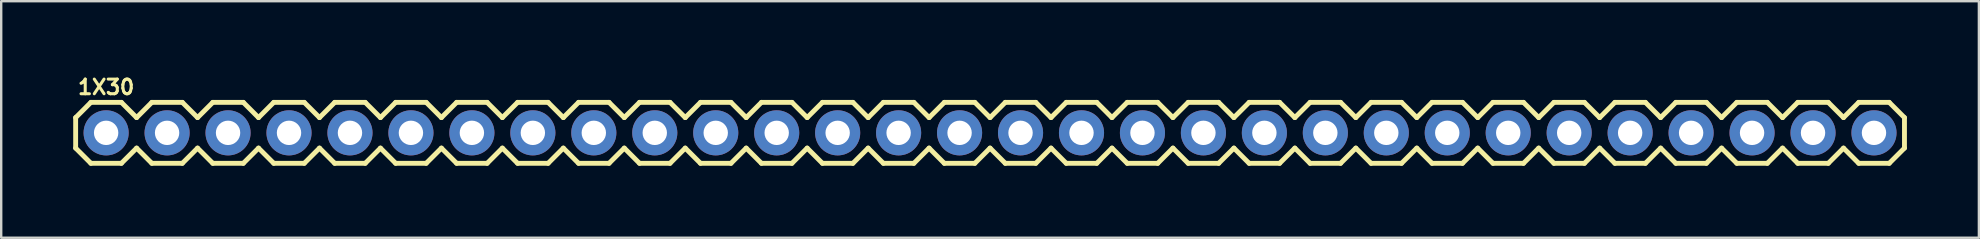
<source format=kicad_pcb>
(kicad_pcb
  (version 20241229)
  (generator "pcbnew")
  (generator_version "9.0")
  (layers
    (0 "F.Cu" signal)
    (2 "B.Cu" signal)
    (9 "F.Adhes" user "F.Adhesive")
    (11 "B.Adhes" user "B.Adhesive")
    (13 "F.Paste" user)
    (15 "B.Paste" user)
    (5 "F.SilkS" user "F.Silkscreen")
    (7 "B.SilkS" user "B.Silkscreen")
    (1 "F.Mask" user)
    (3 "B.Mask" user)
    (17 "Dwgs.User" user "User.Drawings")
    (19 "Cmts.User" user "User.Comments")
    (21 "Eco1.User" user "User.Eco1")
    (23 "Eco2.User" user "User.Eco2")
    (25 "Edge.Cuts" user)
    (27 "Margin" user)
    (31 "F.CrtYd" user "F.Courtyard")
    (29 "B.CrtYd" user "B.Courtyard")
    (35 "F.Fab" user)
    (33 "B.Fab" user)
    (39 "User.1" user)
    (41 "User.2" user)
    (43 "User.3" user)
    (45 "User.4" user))
  (footprint "1X30"
    (layer "F.Cu")
    (at 1.372 2.485)
    (property "Reference" "1X30" (at 0 -1.905 0) (layer "F.SilkS") (effects (font (size 0.61 0.61) (thickness 0.127))))
    (attr exclude_from_pos_files exclude_from_bom)
    (fp_line (start -1.27 -0.635) (end -1.27 0.635) (stroke (width 0.203) (type solid)) (layer "F.SilkS"))
    (fp_line (start -1.27 0.635) (end -0.635 1.27) (stroke (width 0.203) (type solid)) (layer "F.SilkS"))
    (fp_line (start -0.635 -1.27) (end -1.27 -0.635) (stroke (width 0.203) (type solid)) (layer "F.SilkS"))
    (fp_line (start -0.635 -1.27) (end 0.635 -1.27) (stroke (width 0.203) (type solid)) (layer "F.SilkS"))
    (fp_line (start 0.635 -1.27) (end 1.27 -0.635) (stroke (width 0.203) (type solid)) (layer "F.SilkS"))
    (fp_line (start 0.635 1.27) (end -0.635 1.27) (stroke (width 0.203) (type solid)) (layer "F.SilkS"))
    (fp_line (start 1.27 -0.635) (end 1.905 -1.27) (stroke (width 0.203) (type solid)) (layer "F.SilkS"))
    (fp_line (start 1.27 0.635) (end 0.635 1.27) (stroke (width 0.203) (type solid)) (layer "F.SilkS"))
    (fp_line (start 1.905 -1.27) (end 3.175 -1.27) (stroke (width 0.203) (type solid)) (layer "F.SilkS"))
    (fp_line (start 1.905 1.27) (end 1.27 0.635) (stroke (width 0.203) (type solid)) (layer "F.SilkS"))
    (fp_line (start 3.175 -1.27) (end 3.81 -0.635) (stroke (width 0.203) (type solid)) (layer "F.SilkS"))
    (fp_line (start 3.175 1.27) (end 1.905 1.27) (stroke (width 0.203) (type solid)) (layer "F.SilkS"))
    (fp_line (start 3.81 -0.635) (end 4.445 -1.27) (stroke (width 0.203) (type solid)) (layer "F.SilkS"))
    (fp_line (start 3.81 0.635) (end 3.175 1.27) (stroke (width 0.203) (type solid)) (layer "F.SilkS"))
    (fp_line (start 4.445 -1.27) (end 5.715 -1.27) (stroke (width 0.203) (type solid)) (layer "F.SilkS"))
    (fp_line (start 4.445 1.27) (end 3.81 0.635) (stroke (width 0.203) (type solid)) (layer "F.SilkS"))
    (fp_line (start 5.715 -1.27) (end 6.35 -0.635) (stroke (width 0.203) (type solid)) (layer "F.SilkS"))
    (fp_line (start 5.715 1.27) (end 4.445 1.27) (stroke (width 0.203) (type solid)) (layer "F.SilkS"))
    (fp_line (start 6.35 0.635) (end 5.715 1.27) (stroke (width 0.203) (type solid)) (layer "F.SilkS"))
    (fp_line (start 6.35 0.635) (end 6.985 1.27) (stroke (width 0.203) (type solid)) (layer "F.SilkS"))
    (fp_line (start 6.985 -1.27) (end 6.35 -0.635) (stroke (width 0.203) (type solid)) (layer "F.SilkS"))
    (fp_line (start 6.985 -1.27) (end 8.255 -1.27) (stroke (width 0.203) (type solid)) (layer "F.SilkS"))
    (fp_line (start 8.255 -1.27) (end 8.89 -0.635) (stroke (width 0.203) (type solid)) (layer "F.SilkS"))
    (fp_line (start 8.255 1.27) (end 6.985 1.27) (stroke (width 0.203) (type solid)) (layer "F.SilkS"))
    (fp_line (start 8.89 -0.635) (end 9.525 -1.27) (stroke (width 0.203) (type solid)) (layer "F.SilkS"))
    (fp_line (start 8.89 0.635) (end 8.255 1.27) (stroke (width 0.203) (type solid)) (layer "F.SilkS"))
    (fp_line (start 9.525 -1.27) (end 10.795 -1.27) (stroke (width 0.203) (type solid)) (layer "F.SilkS"))
    (fp_line (start 9.525 1.27) (end 8.89 0.635) (stroke (width 0.203) (type solid)) (layer "F.SilkS"))
    (fp_line (start 10.795 -1.27) (end 11.43 -0.635) (stroke (width 0.203) (type solid)) (layer "F.SilkS"))
    (fp_line (start 10.795 1.27) (end 9.525 1.27) (stroke (width 0.203) (type solid)) (layer "F.SilkS"))
    (fp_line (start 11.43 -0.635) (end 12.065 -1.27) (stroke (width 0.203) (type solid)) (layer "F.SilkS"))
    (fp_line (start 11.43 0.635) (end 10.795 1.27) (stroke (width 0.203) (type solid)) (layer "F.SilkS"))
    (fp_line (start 12.065 -1.27) (end 13.335 -1.27) (stroke (width 0.203) (type solid)) (layer "F.SilkS"))
    (fp_line (start 12.065 1.27) (end 11.43 0.635) (stroke (width 0.203) (type solid)) (layer "F.SilkS"))
    (fp_line (start 13.335 -1.27) (end 13.97 -0.635) (stroke (width 0.203) (type solid)) (layer "F.SilkS"))
    (fp_line (start 13.335 1.27) (end 12.065 1.27) (stroke (width 0.203) (type solid)) (layer "F.SilkS"))
    (fp_line (start 13.97 0.635) (end 13.335 1.27) (stroke (width 0.203) (type solid)) (layer "F.SilkS"))
    (fp_line (start 13.97 0.635) (end 14.605 1.27) (stroke (width 0.203) (type solid)) (layer "F.SilkS"))
    (fp_line (start 14.605 -1.27) (end 13.97 -0.635) (stroke (width 0.203) (type solid)) (layer "F.SilkS"))
    (fp_line (start 14.605 -1.27) (end 15.875 -1.27) (stroke (width 0.203) (type solid)) (layer "F.SilkS"))
    (fp_line (start 15.875 -1.27) (end 16.51 -0.635) (stroke (width 0.203) (type solid)) (layer "F.SilkS"))
    (fp_line (start 15.875 1.27) (end 14.605 1.27) (stroke (width 0.203) (type solid)) (layer "F.SilkS"))
    (fp_line (start 16.51 0.635) (end 15.875 1.27) (stroke (width 0.203) (type solid)) (layer "F.SilkS"))
    (fp_line (start 16.51 0.635) (end 17.145 1.27) (stroke (width 0.203) (type solid)) (layer "F.SilkS"))
    (fp_line (start 17.145 -1.27) (end 16.51 -0.635) (stroke (width 0.203) (type solid)) (layer "F.SilkS"))
    (fp_line (start 17.145 -1.27) (end 18.415 -1.27) (stroke (width 0.203) (type solid)) (layer "F.SilkS"))
    (fp_line (start 18.415 -1.27) (end 19.05 -0.635) (stroke (width 0.203) (type solid)) (layer "F.SilkS"))
    (fp_line (start 18.415 1.27) (end 17.145 1.27) (stroke (width 0.203) (type solid)) (layer "F.SilkS"))
    (fp_line (start 19.05 -0.635) (end 19.685 -1.27) (stroke (width 0.203) (type solid)) (layer "F.SilkS"))
    (fp_line (start 19.05 0.635) (end 18.415 1.27) (stroke (width 0.203) (type solid)) (layer "F.SilkS"))
    (fp_line (start 19.685 -1.27) (end 20.955 -1.27) (stroke (width 0.203) (type solid)) (layer "F.SilkS"))
    (fp_line (start 19.685 1.27) (end 19.05 0.635) (stroke (width 0.203) (type solid)) (layer "F.SilkS"))
    (fp_line (start 20.955 -1.27) (end 21.59 -0.635) (stroke (width 0.203) (type solid)) (layer "F.SilkS"))
    (fp_line (start 20.955 1.27) (end 19.685 1.27) (stroke (width 0.203) (type solid)) (layer "F.SilkS"))
    (fp_line (start 21.59 -0.635) (end 22.225 -1.27) (stroke (width 0.203) (type solid)) (layer "F.SilkS"))
    (fp_line (start 21.59 0.635) (end 20.955 1.27) (stroke (width 0.203) (type solid)) (layer "F.SilkS"))
    (fp_line (start 22.225 -1.27) (end 23.495 -1.27) (stroke (width 0.203) (type solid)) (layer "F.SilkS"))
    (fp_line (start 22.225 1.27) (end 21.59 0.635) (stroke (width 0.203) (type solid)) (layer "F.SilkS"))
    (fp_line (start 23.495 -1.27) (end 24.13 -0.635) (stroke (width 0.203) (type solid)) (layer "F.SilkS"))
    (fp_line (start 23.495 1.27) (end 22.225 1.27) (stroke (width 0.203) (type solid)) (layer "F.SilkS"))
    (fp_line (start 24.13 0.635) (end 23.495 1.27) (stroke (width 0.203) (type solid)) (layer "F.SilkS"))
    (fp_line (start 24.13 0.635) (end 24.765 1.27) (stroke (width 0.203) (type solid)) (layer "F.SilkS"))
    (fp_line (start 24.765 -1.27) (end 24.13 -0.635) (stroke (width 0.203) (type solid)) (layer "F.SilkS"))
    (fp_line (start 24.765 -1.27) (end 26.035 -1.27) (stroke (width 0.203) (type solid)) (layer "F.SilkS"))
    (fp_line (start 26.035 -1.27) (end 26.67 -0.635) (stroke (width 0.203) (type solid)) (layer "F.SilkS"))
    (fp_line (start 26.035 1.27) (end 24.765 1.27) (stroke (width 0.203) (type solid)) (layer "F.SilkS"))
    (fp_line (start 26.67 -0.635) (end 27.305 -1.27) (stroke (width 0.203) (type solid)) (layer "F.SilkS"))
    (fp_line (start 26.67 0.635) (end 26.035 1.27) (stroke (width 0.203) (type solid)) (layer "F.SilkS"))
    (fp_line (start 27.305 -1.27) (end 28.575 -1.27) (stroke (width 0.203) (type solid)) (layer "F.SilkS"))
    (fp_line (start 27.305 1.27) (end 26.67 0.635) (stroke (width 0.203) (type solid)) (layer "F.SilkS"))
    (fp_line (start 28.575 -1.27) (end 29.21 -0.635) (stroke (width 0.203) (type solid)) (layer "F.SilkS"))
    (fp_line (start 28.575 1.27) (end 27.305 1.27) (stroke (width 0.203) (type solid)) (layer "F.SilkS"))
    (fp_line (start 29.21 -0.635) (end 29.845 -1.27) (stroke (width 0.203) (type solid)) (layer "F.SilkS"))
    (fp_line (start 29.21 0.635) (end 28.575 1.27) (stroke (width 0.203) (type solid)) (layer "F.SilkS"))
    (fp_line (start 29.845 -1.27) (end 31.115 -1.27) (stroke (width 0.203) (type solid)) (layer "F.SilkS"))
    (fp_line (start 29.845 1.27) (end 29.21 0.635) (stroke (width 0.203) (type solid)) (layer "F.SilkS"))
    (fp_line (start 31.115 -1.27) (end 31.75 -0.635) (stroke (width 0.203) (type solid)) (layer "F.SilkS"))
    (fp_line (start 31.115 1.27) (end 29.845 1.27) (stroke (width 0.203) (type solid)) (layer "F.SilkS"))
    (fp_line (start 31.75 0.635) (end 31.115 1.27) (stroke (width 0.203) (type solid)) (layer "F.SilkS"))
    (fp_line (start 31.75 0.635) (end 32.385 1.27) (stroke (width 0.203) (type solid)) (layer "F.SilkS"))
    (fp_line (start 32.385 -1.27) (end 31.75 -0.635) (stroke (width 0.203) (type solid)) (layer "F.SilkS"))
    (fp_line (start 32.385 -1.27) (end 33.655 -1.27) (stroke (width 0.203) (type solid)) (layer "F.SilkS"))
    (fp_line (start 33.655 -1.27) (end 34.29 -0.635) (stroke (width 0.203) (type solid)) (layer "F.SilkS"))
    (fp_line (start 33.655 1.27) (end 32.385 1.27) (stroke (width 0.203) (type solid)) (layer "F.SilkS"))
    (fp_line (start 34.29 0.635) (end 33.655 1.27) (stroke (width 0.203) (type solid)) (layer "F.SilkS"))
    (fp_line (start 34.29 0.635) (end 34.925 1.27) (stroke (width 0.203) (type solid)) (layer "F.SilkS"))
    (fp_line (start 34.925 -1.27) (end 34.29 -0.635) (stroke (width 0.203) (type solid)) (layer "F.SilkS"))
    (fp_line (start 34.925 -1.27) (end 36.195 -1.27) (stroke (width 0.203) (type solid)) (layer "F.SilkS"))
    (fp_line (start 36.195 -1.27) (end 36.83 -0.635) (stroke (width 0.203) (type solid)) (layer "F.SilkS"))
    (fp_line (start 36.195 1.27) (end 34.925 1.27) (stroke (width 0.203) (type solid)) (layer "F.SilkS"))
    (fp_line (start 36.83 0.635) (end 36.195 1.27) (stroke (width 0.203) (type solid)) (layer "F.SilkS"))
    (fp_line (start 36.83 0.635) (end 37.465 1.27) (stroke (width 0.203) (type solid)) (layer "F.SilkS"))
    (fp_line (start 37.465 -1.27) (end 36.83 -0.635) (stroke (width 0.203) (type solid)) (layer "F.SilkS"))
    (fp_line (start 37.465 -1.27) (end 38.735 -1.27) (stroke (width 0.203) (type solid)) (layer "F.SilkS"))
    (fp_line (start 38.735 -1.27) (end 39.37 -0.635) (stroke (width 0.203) (type solid)) (layer "F.SilkS"))
    (fp_line (start 38.735 1.27) (end 37.465 1.27) (stroke (width 0.203) (type solid)) (layer "F.SilkS"))
    (fp_line (start 39.37 0.635) (end 38.735 1.27) (stroke (width 0.203) (type solid)) (layer "F.SilkS"))
    (fp_line (start 39.37 0.635) (end 40.005 1.27) (stroke (width 0.203) (type solid)) (layer "F.SilkS"))
    (fp_line (start 40.005 -1.27) (end 39.37 -0.635) (stroke (width 0.203) (type solid)) (layer "F.SilkS"))
    (fp_line (start 40.005 -1.27) (end 41.275 -1.27) (stroke (width 0.203) (type solid)) (layer "F.SilkS"))
    (fp_line (start 41.275 -1.27) (end 41.91 -0.635) (stroke (width 0.203) (type solid)) (layer "F.SilkS"))
    (fp_line (start 41.275 1.27) (end 40.005 1.27) (stroke (width 0.203) (type solid)) (layer "F.SilkS"))
    (fp_line (start 41.91 0.635) (end 41.275 1.27) (stroke (width 0.203) (type solid)) (layer "F.SilkS"))
    (fp_line (start 41.91 0.635) (end 42.545 1.27) (stroke (width 0.203) (type solid)) (layer "F.SilkS"))
    (fp_line (start 42.545 -1.27) (end 41.91 -0.635) (stroke (width 0.203) (type solid)) (layer "F.SilkS"))
    (fp_line (start 42.545 -1.27) (end 43.815 -1.27) (stroke (width 0.203) (type solid)) (layer "F.SilkS"))
    (fp_line (start 43.815 -1.27) (end 44.45 -0.635) (stroke (width 0.203) (type solid)) (layer "F.SilkS"))
    (fp_line (start 43.815 1.27) (end 42.545 1.27) (stroke (width 0.203) (type solid)) (layer "F.SilkS"))
    (fp_line (start 44.45 0.635) (end 43.815 1.27) (stroke (width 0.203) (type solid)) (layer "F.SilkS"))
    (fp_line (start 44.45 0.635) (end 45.085 1.27) (stroke (width 0.203) (type solid)) (layer "F.SilkS"))
    (fp_line (start 45.085 -1.27) (end 44.45 -0.635) (stroke (width 0.203) (type solid)) (layer "F.SilkS"))
    (fp_line (start 45.085 -1.27) (end 46.355 -1.27) (stroke (width 0.203) (type solid)) (layer "F.SilkS"))
    (fp_line (start 46.355 -1.27) (end 46.99 -0.635) (stroke (width 0.203) (type solid)) (layer "F.SilkS"))
    (fp_line (start 46.355 1.27) (end 45.085 1.27) (stroke (width 0.203) (type solid)) (layer "F.SilkS"))
    (fp_line (start 46.99 0.635) (end 46.355 1.27) (stroke (width 0.203) (type solid)) (layer "F.SilkS"))
    (fp_line (start 46.99 0.635) (end 47.625 1.27) (stroke (width 0.203) (type solid)) (layer "F.SilkS"))
    (fp_line (start 47.625 -1.27) (end 46.99 -0.635) (stroke (width 0.203) (type solid)) (layer "F.SilkS"))
    (fp_line (start 47.625 -1.27) (end 48.895 -1.27) (stroke (width 0.203) (type solid)) (layer "F.SilkS"))
    (fp_line (start 48.895 -1.27) (end 49.53 -0.635) (stroke (width 0.203) (type solid)) (layer "F.SilkS"))
    (fp_line (start 48.895 1.27) (end 47.625 1.27) (stroke (width 0.203) (type solid)) (layer "F.SilkS"))
    (fp_line (start 49.53 0.635) (end 48.895 1.27) (stroke (width 0.203) (type solid)) (layer "F.SilkS"))
    (fp_line (start 49.53 0.635) (end 50.165 1.27) (stroke (width 0.203) (type solid)) (layer "F.SilkS"))
    (fp_line (start 50.165 -1.27) (end 49.53 -0.635) (stroke (width 0.203) (type solid)) (layer "F.SilkS"))
    (fp_line (start 50.165 -1.27) (end 51.435 -1.27) (stroke (width 0.203) (type solid)) (layer "F.SilkS"))
    (fp_line (start 51.435 -1.27) (end 52.07 -0.635) (stroke (width 0.203) (type solid)) (layer "F.SilkS"))
    (fp_line (start 51.435 1.27) (end 50.165 1.27) (stroke (width 0.203) (type solid)) (layer "F.SilkS"))
    (fp_line (start 52.07 0.635) (end 51.435 1.27) (stroke (width 0.203) (type solid)) (layer "F.SilkS"))
    (fp_line (start 52.07 0.635) (end 52.705 1.27) (stroke (width 0.203) (type solid)) (layer "F.SilkS"))
    (fp_line (start 52.705 -1.27) (end 52.07 -0.635) (stroke (width 0.203) (type solid)) (layer "F.SilkS"))
    (fp_line (start 52.705 -1.27) (end 53.975 -1.27) (stroke (width 0.203) (type solid)) (layer "F.SilkS"))
    (fp_line (start 53.975 -1.27) (end 54.61 -0.635) (stroke (width 0.203) (type solid)) (layer "F.SilkS"))
    (fp_line (start 53.975 1.27) (end 52.705 1.27) (stroke (width 0.203) (type solid)) (layer "F.SilkS"))
    (fp_line (start 54.61 0.635) (end 53.975 1.27) (stroke (width 0.203) (type solid)) (layer "F.SilkS"))
    (fp_line (start 54.61 0.635) (end 55.245 1.27) (stroke (width 0.203) (type solid)) (layer "F.SilkS"))
    (fp_line (start 55.245 -1.27) (end 54.61 -0.635) (stroke (width 0.203) (type solid)) (layer "F.SilkS"))
    (fp_line (start 55.245 -1.27) (end 56.515 -1.27) (stroke (width 0.203) (type solid)) (layer "F.SilkS"))
    (fp_line (start 56.515 -1.27) (end 57.15 -0.635) (stroke (width 0.203) (type solid)) (layer "F.SilkS"))
    (fp_line (start 56.515 1.27) (end 55.245 1.27) (stroke (width 0.203) (type solid)) (layer "F.SilkS"))
    (fp_line (start 57.15 -0.635) (end 57.785 -1.27) (stroke (width 0.203) (type solid)) (layer "F.SilkS"))
    (fp_line (start 57.15 0.635) (end 56.515 1.27) (stroke (width 0.203) (type solid)) (layer "F.SilkS"))
    (fp_line (start 57.15 0.635) (end 57.785 1.27) (stroke (width 0.203) (type solid)) (layer "F.SilkS"))
    (fp_line (start 57.785 -1.27) (end 59.055 -1.27) (stroke (width 0.203) (type solid)) (layer "F.SilkS"))
    (fp_line (start 59.055 -1.27) (end 59.69 -0.635) (stroke (width 0.203) (type solid)) (layer "F.SilkS"))
    (fp_line (start 59.055 1.27) (end 57.785 1.27) (stroke (width 0.203) (type solid)) (layer "F.SilkS"))
    (fp_line (start 59.69 0.635) (end 59.055 1.27) (stroke (width 0.203) (type solid)) (layer "F.SilkS"))
    (fp_line (start 59.69 0.635) (end 60.325 1.27) (stroke (width 0.203) (type solid)) (layer "F.SilkS"))
    (fp_line (start 60.325 -1.27) (end 59.69 -0.635) (stroke (width 0.203) (type solid)) (layer "F.SilkS"))
    (fp_line (start 60.325 -1.27) (end 61.595 -1.27) (stroke (width 0.203) (type solid)) (layer "F.SilkS"))
    (fp_line (start 61.595 -1.27) (end 62.23 -0.635) (stroke (width 0.203) (type solid)) (layer "F.SilkS"))
    (fp_line (start 61.595 1.27) (end 60.325 1.27) (stroke (width 0.203) (type solid)) (layer "F.SilkS"))
    (fp_line (start 62.23 -0.635) (end 62.865 -1.27) (stroke (width 0.203) (type solid)) (layer "F.SilkS"))
    (fp_line (start 62.23 0.635) (end 61.595 1.27) (stroke (width 0.203) (type solid)) (layer "F.SilkS"))
    (fp_line (start 62.23 0.635) (end 62.865 1.27) (stroke (width 0.203) (type solid)) (layer "F.SilkS"))
    (fp_line (start 62.865 -1.27) (end 64.135 -1.27) (stroke (width 0.203) (type solid)) (layer "F.SilkS"))
    (fp_line (start 64.135 -1.27) (end 64.77 -0.635) (stroke (width 0.203) (type solid)) (layer "F.SilkS"))
    (fp_line (start 64.135 1.27) (end 62.865 1.27) (stroke (width 0.203) (type solid)) (layer "F.SilkS"))
    (fp_line (start 64.77 0.635) (end 64.135 1.27) (stroke (width 0.203) (type solid)) (layer "F.SilkS"))
    (fp_line (start 64.77 0.635) (end 65.405 1.27) (stroke (width 0.203) (type solid)) (layer "F.SilkS"))
    (fp_line (start 65.405 -1.27) (end 64.77 -0.635) (stroke (width 0.203) (type solid)) (layer "F.SilkS"))
    (fp_line (start 65.405 -1.27) (end 66.675 -1.27) (stroke (width 0.203) (type solid)) (layer "F.SilkS"))
    (fp_line (start 66.675 -1.27) (end 67.31 -0.635) (stroke (width 0.203) (type solid)) (layer "F.SilkS"))
    (fp_line (start 66.675 1.27) (end 65.405 1.27) (stroke (width 0.203) (type solid)) (layer "F.SilkS"))
    (fp_line (start 67.31 -0.635) (end 67.945 -1.27) (stroke (width 0.203) (type solid)) (layer "F.SilkS"))
    (fp_line (start 67.31 0.635) (end 66.675 1.27) (stroke (width 0.203) (type solid)) (layer "F.SilkS"))
    (fp_line (start 67.31 0.635) (end 67.945 1.27) (stroke (width 0.203) (type solid)) (layer "F.SilkS"))
    (fp_line (start 67.945 -1.27) (end 69.215 -1.27) (stroke (width 0.203) (type solid)) (layer "F.SilkS"))
    (fp_line (start 69.215 -1.27) (end 69.85 -0.635) (stroke (width 0.203) (type solid)) (layer "F.SilkS"))
    (fp_line (start 69.215 1.27) (end 67.945 1.27) (stroke (width 0.203) (type solid)) (layer "F.SilkS"))
    (fp_line (start 69.85 0.635) (end 69.215 1.27) (stroke (width 0.203) (type solid)) (layer "F.SilkS"))
    (fp_line (start 69.85 0.635) (end 70.485 1.27) (stroke (width 0.203) (type solid)) (layer "F.SilkS"))
    (fp_line (start 70.485 -1.27) (end 69.85 -0.635) (stroke (width 0.203) (type solid)) (layer "F.SilkS"))
    (fp_line (start 70.485 -1.27) (end 71.755 -1.27) (stroke (width 0.203) (type solid)) (layer "F.SilkS"))
    (fp_line (start 71.755 -1.27) (end 72.39 -0.635) (stroke (width 0.203) (type solid)) (layer "F.SilkS"))
    (fp_line (start 71.755 1.27) (end 70.485 1.27) (stroke (width 0.203) (type solid)) (layer "F.SilkS"))
    (fp_line (start 72.39 0.635) (end 71.755 1.27) (stroke (width 0.203) (type solid)) (layer "F.SilkS"))
    (fp_line (start 72.39 0.635) (end 73.025 1.27) (stroke (width 0.203) (type solid)) (layer "F.SilkS"))
    (fp_line (start 73.025 -1.27) (end 72.39 -0.635) (stroke (width 0.203) (type solid)) (layer "F.SilkS"))
    (fp_line (start 73.025 -1.27) (end 74.295 -1.27) (stroke (width 0.203) (type solid)) (layer "F.SilkS"))
    (fp_line (start 74.295 -1.27) (end 74.93 -0.635) (stroke (width 0.203) (type solid)) (layer "F.SilkS"))
    (fp_line (start 74.295 1.27) (end 73.025 1.27) (stroke (width 0.203) (type solid)) (layer "F.SilkS"))
    (fp_line (start 74.93 -0.635) (end 74.93 0.635) (stroke (width 0.203) (type solid)) (layer "F.SilkS"))
    (fp_line (start 74.93 0.635) (end 74.295 1.27) (stroke (width 0.203) (type solid)) (layer "F.SilkS"))
    (pad "1" thru_hole circle (at 0 0) (size 1.88 1.88) (drill 1.016) (layers "*.Cu" "*.Mask"))
    (pad "2" thru_hole circle (at 2.54 0) (size 1.88 1.88) (drill 1.016) (layers "*.Cu" "*.Mask"))
    (pad "3" thru_hole circle (at 5.08 0) (size 1.88 1.88) (drill 1.016) (layers "*.Cu" "*.Mask"))
    (pad "4" thru_hole circle (at 7.62 0) (size 1.88 1.88) (drill 1.016) (layers "*.Cu" "*.Mask"))
    (pad "5" thru_hole circle (at 10.16 0) (size 1.88 1.88) (drill 1.016) (layers "*.Cu" "*.Mask"))
    (pad "6" thru_hole circle (at 12.7 0) (size 1.88 1.88) (drill 1.016) (layers "*.Cu" "*.Mask"))
    (pad "7" thru_hole circle (at 15.24 0) (size 1.88 1.88) (drill 1.016) (layers "*.Cu" "*.Mask"))
    (pad "8" thru_hole circle (at 17.78 0) (size 1.88 1.88) (drill 1.016) (layers "*.Cu" "*.Mask"))
    (pad "9" thru_hole circle (at 20.32 0) (size 1.88 1.88) (drill 1.016) (layers "*.Cu" "*.Mask"))
    (pad "10" thru_hole circle (at 22.86 0) (size 1.88 1.88) (drill 1.016) (layers "*.Cu" "*.Mask"))
    (pad "11" thru_hole circle (at 25.4 0) (size 1.88 1.88) (drill 1.016) (layers "*.Cu" "*.Mask"))
    (pad "12" thru_hole circle (at 27.94 0) (size 1.88 1.88) (drill 1.016) (layers "*.Cu" "*.Mask"))
    (pad "13" thru_hole circle (at 30.48 0) (size 1.88 1.88) (drill 1.016) (layers "*.Cu" "*.Mask"))
    (pad "14" thru_hole circle (at 33.02 0) (size 1.88 1.88) (drill 1.016) (layers "*.Cu" "*.Mask"))
    (pad "15" thru_hole circle (at 35.56 0) (size 1.88 1.88) (drill 1.016) (layers "*.Cu" "*.Mask"))
    (pad "16" thru_hole circle (at 38.1 0) (size 1.88 1.88) (drill 1.016) (layers "*.Cu" "*.Mask"))
    (pad "17" thru_hole circle (at 40.64 0) (size 1.88 1.88) (drill 1.016) (layers "*.Cu" "*.Mask"))
    (pad "18" thru_hole circle (at 43.18 0) (size 1.88 1.88) (drill 1.016) (layers "*.Cu" "*.Mask"))
    (pad "19" thru_hole circle (at 45.72 0) (size 1.88 1.88) (drill 1.016) (layers "*.Cu" "*.Mask"))
    (pad "20" thru_hole circle (at 48.26 0) (size 1.88 1.88) (drill 1.016) (layers "*.Cu" "*.Mask"))
    (pad "21" thru_hole circle (at 50.8 0) (size 1.88 1.88) (drill 1.016) (layers "*.Cu" "*.Mask"))
    (pad "22" thru_hole circle (at 53.34 0) (size 1.88 1.88) (drill 1.016) (layers "*.Cu" "*.Mask"))
    (pad "23" thru_hole circle (at 55.88 0) (size 1.88 1.88) (drill 1.016) (layers "*.Cu" "*.Mask"))
    (pad "24" thru_hole circle (at 58.42 0) (size 1.88 1.88) (drill 1.016) (layers "*.Cu" "*.Mask"))
    (pad "25" thru_hole circle (at 60.96 0) (size 1.88 1.88) (drill 1.016) (layers "*.Cu" "*.Mask"))
    (pad "26" thru_hole circle (at 63.5 0) (size 1.88 1.88) (drill 1.016) (layers "*.Cu" "*.Mask"))
    (pad "27" thru_hole circle (at 66.04 0) (size 1.88 1.88) (drill 1.016) (layers "*.Cu" "*.Mask"))
    (pad "28" thru_hole circle (at 68.58 0) (size 1.88 1.88) (drill 1.016) (layers "*.Cu" "*.Mask"))
    (pad "29" thru_hole circle (at 71.12 0) (size 1.88 1.88) (drill 1.016) (layers "*.Cu" "*.Mask"))
    (pad "30" thru_hole circle (at 73.66 0) (size 1.88 1.88) (drill 1.016) (layers "*.Cu" "*.Mask")))
  (gr_rect
    (start -3 -3)
    (end 79.403 6.856)
    (stroke (width 0.1) (type default))
    (fill no)
    (layer "Edge.Cuts")))
</source>
